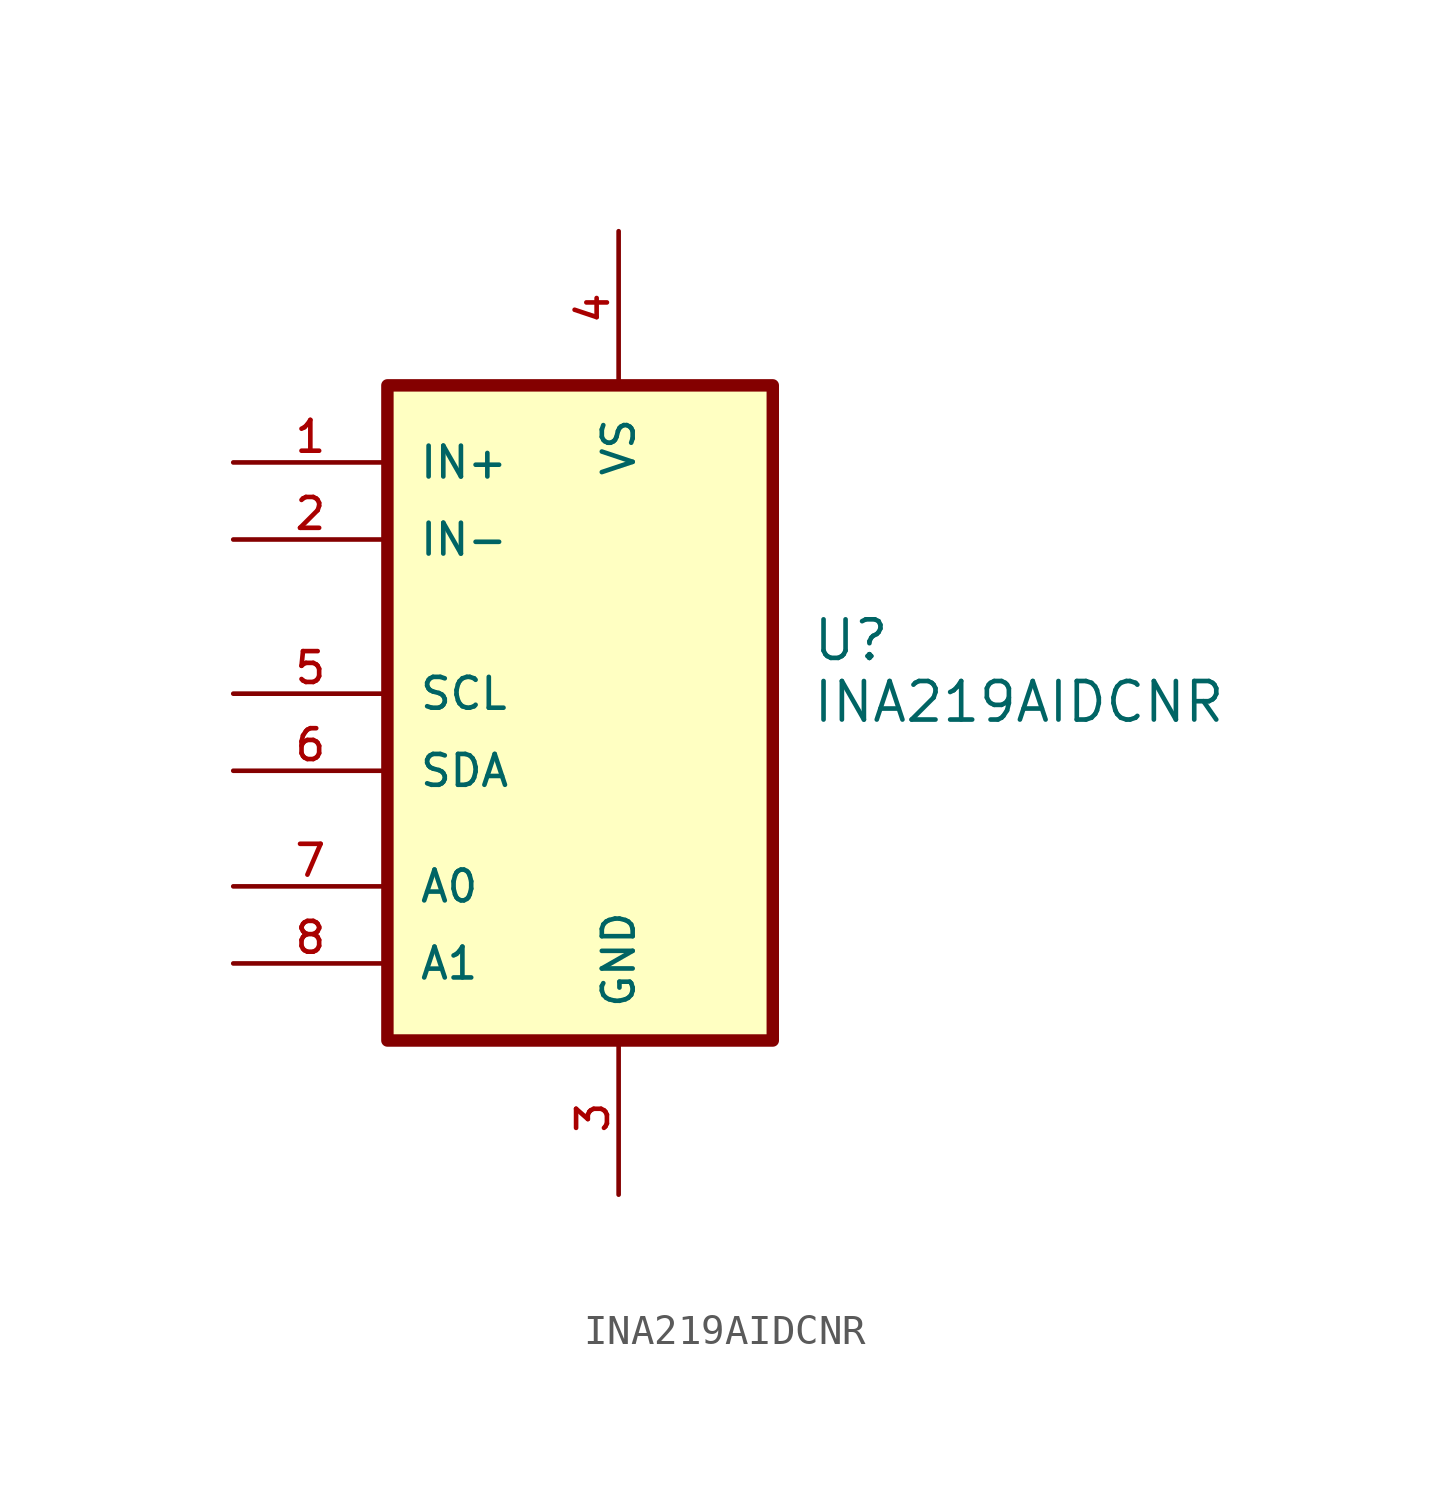
<source format=kicad_sym>
(kicad_symbol_lib
  (version 20241209)
  (generator "kicad_symbol_editor")
  (generator_version "9.0")
  (symbol "INA219AIDCNR"
    (pin_names
      (offset 1.016))
    (property "Reference" "U"
      (at 19.05 -6.604 0)
      (effects (font (size 1.27 1.27)) (justify left bottom)))
    (property "Value" "INA219AIDCNR"
      (at 19.05 -8.636 0)
      (effects (font (size 1.27 1.27)) (justify left bottom)))
    (symbol "INA219AIDCNR_0_0"
      (rectangle (start 5.08 2.54) (end 17.78 -19.05) (stroke (width 0.41) (type default)) (fill (type background)))
      (pin input line (at 0 0 0) (length 5.08) (name "IN+" (effects (font (size 1.016 1.016)))) (number "1" (effects (font (size 1.016 1.016)))))
      (pin input line (at 0 -2.54 0) (length 5.08) (name "IN-" (effects (font (size 1.016 1.016)))) (number "2" (effects (font (size 1.016 1.016)))))
      (pin input line (at 0 -7.62 0) (length 5.08) (name "SCL" (effects (font (size 1.016 1.016)))) (number "5" (effects (font (size 1.016 1.016)))))
      (pin bidirectional line (at 0 -10.16 0) (length 5.08) (name "SDA" (effects (font (size 1.016 1.016)))) (number "6" (effects (font (size 1.016 1.016)))))
      (pin input line (at 0 -13.97 0) (length 5.08) (name "A0" (effects (font (size 1.016 1.016)))) (number "7" (effects (font (size 1.016 1.016)))))
      (pin input line (at 0 -16.51 0) (length 5.08) (name "A1" (effects (font (size 1.016 1.016)))) (number "8" (effects (font (size 1.016 1.016)))))
      (pin power_in line (at 12.7 7.62 270) (length 5.08) (name "VS" (effects (font (size 1.016 1.016)))) (number "4" (effects (font (size 1.016 1.016)))))
      (pin power_in line (at 12.7 -24.13 90) (length 5.08) (name "GND" (effects (font (size 1.016 1.016)))) (number "3" (effects (font (size 1.016 1.016))))))))
</source>
